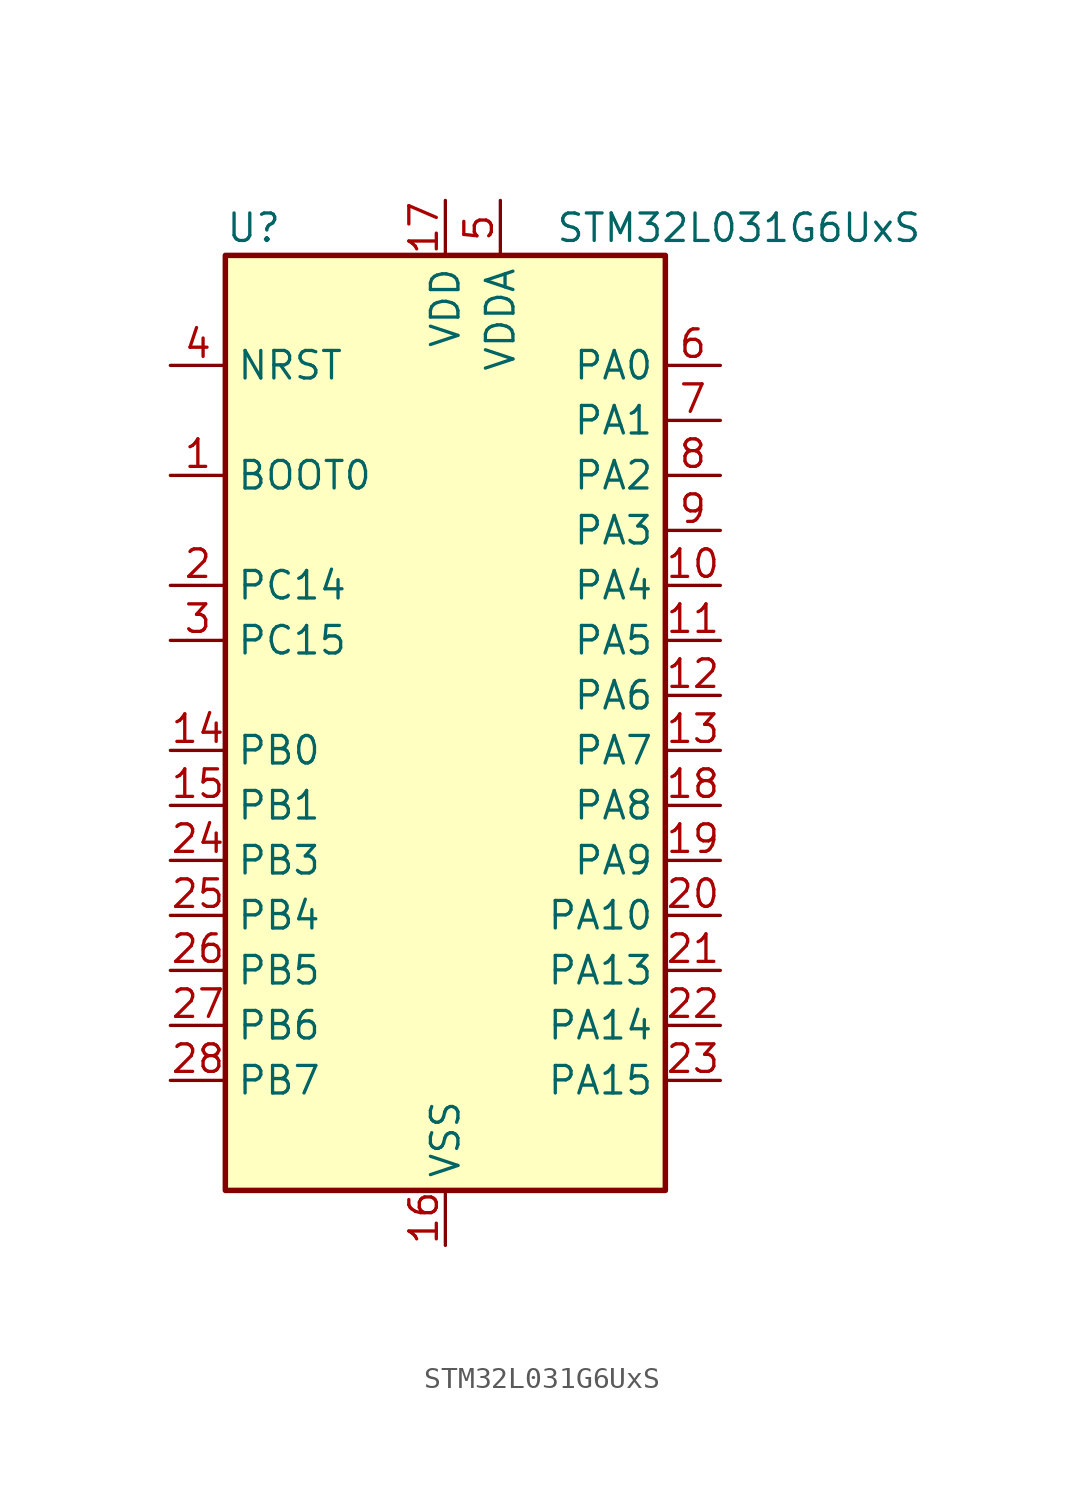
<source format=kicad_sym>
(kicad_symbol_lib
  (version 20241209)
  (generator "kicad_symbol_editor")
  (generator_version "9.0")
  (symbol "STM32L031G6UxS"
    (property "Reference" "U"
      (at -10.16 24.13 0)
      (effects (font (size 1.27 1.27)) (justify left)))
    (property "Value" "STM32L031G6UxS"
      (at 5.08 24.13 0)
      (effects (font (size 1.27 1.27)) (justify left)))
    (symbol "STM32L031G6UxS_0_1"
      (rectangle (start -10.16 -20.32) (end 10.16 22.86) (stroke (width 0.254) (type default)) (fill (type background))))
    (symbol "STM32L031G6UxS_1_1"
      (pin input line (at -12.7 17.78 0) (length 2.54) (name "NRST" (effects (font (size 1.27 1.27)))) (number "4" (effects (font (size 1.27 1.27)))))
      (pin input line (at -12.7 12.7 0) (length 2.54) (name "BOOT0" (effects (font (size 1.27 1.27)))) (number "1" (effects (font (size 1.27 1.27)))))
      (pin bidirectional line (at -12.7 7.62 0) (length 2.54) (name "PC14" (effects (font (size 1.27 1.27)))) (number "2" (effects (font (size 1.27 1.27)))) (alternate "RCC_OSC32_IN" bidirectional line))
      (pin bidirectional line (at -12.7 5.08 0) (length 2.54) (name "PC15" (effects (font (size 1.27 1.27)))) (number "3" (effects (font (size 1.27 1.27)))) (alternate "RCC_OSC32_OUT" bidirectional line))
      (pin bidirectional line (at -12.7 0 0) (length 2.54) (name "PB0" (effects (font (size 1.27 1.27)))) (number "14" (effects (font (size 1.27 1.27)))) (alternate "ADC_IN8" bidirectional line) (alternate "SPI1_MISO" bidirectional line) (alternate "SYS_VREF_OUT_PB0" bidirectional line) (alternate "TIM2_CH3" bidirectional line) (alternate "USART2_DE" bidirectional line) (alternate "USART2_RTS" bidirectional line))
      (pin bidirectional line (at -12.7 -2.54 0) (length 2.54) (name "PB1" (effects (font (size 1.27 1.27)))) (number "15" (effects (font (size 1.27 1.27)))) (alternate "ADC_IN9" bidirectional line) (alternate "LPUART1_DE" bidirectional line) (alternate "LPUART1_RTS" bidirectional line) (alternate "SPI1_MOSI" bidirectional line) (alternate "SYS_VREF_OUT_PB1" bidirectional line) (alternate "TIM2_CH4" bidirectional line) (alternate "USART2_CK" bidirectional line))
      (pin bidirectional line (at -12.7 -5.08 0) (length 2.54) (name "PB3" (effects (font (size 1.27 1.27)))) (number "24" (effects (font (size 1.27 1.27)))) (alternate "COMP2_INM" bidirectional line) (alternate "SPI1_SCK" bidirectional line) (alternate "TIM2_CH2" bidirectional line))
      (pin bidirectional line (at -12.7 -7.62 0) (length 2.54) (name "PB4" (effects (font (size 1.27 1.27)))) (number "25" (effects (font (size 1.27 1.27)))) (alternate "COMP2_INP" bidirectional line) (alternate "SPI1_MISO" bidirectional line) (alternate "TIM22_CH1" bidirectional line))
      (pin bidirectional line (at -12.7 -10.16 0) (length 2.54) (name "PB5" (effects (font (size 1.27 1.27)))) (number "26" (effects (font (size 1.27 1.27)))) (alternate "COMP2_INP" bidirectional line) (alternate "I2C1_SMBA" bidirectional line) (alternate "LPTIM1_IN1" bidirectional line) (alternate "SPI1_MOSI" bidirectional line) (alternate "TIM22_CH2" bidirectional line))
      (pin bidirectional line (at -12.7 -12.7 0) (length 2.54) (name "PB6" (effects (font (size 1.27 1.27)))) (number "27" (effects (font (size 1.27 1.27)))) (alternate "COMP2_INP" bidirectional line) (alternate "I2C1_SCL" bidirectional line) (alternate "LPTIM1_ETR" bidirectional line) (alternate "TIM21_CH1" bidirectional line) (alternate "USART2_TX" bidirectional line))
      (pin bidirectional line (at -12.7 -15.24 0) (length 2.54) (name "PB7" (effects (font (size 1.27 1.27)))) (number "28" (effects (font (size 1.27 1.27)))) (alternate "COMP2_INP" bidirectional line) (alternate "I2C1_SDA" bidirectional line) (alternate "LPTIM1_IN2" bidirectional line) (alternate "SYS_PVD_IN" bidirectional line) (alternate "USART2_RX" bidirectional line))
      (pin power_in line (at 0 25.4 270) (length 2.54) (name "VDD" (effects (font (size 1.27 1.27)))) (number "17" (effects (font (size 1.27 1.27)))))
      (pin power_in line (at 0 -22.86 90) (length 2.54) (name "VSS" (effects (font (size 1.27 1.27)))) (number "16" (effects (font (size 1.27 1.27)))))
      (pin power_in line (at 2.54 25.4 270) (length 2.54) (name "VDDA" (effects (font (size 1.27 1.27)))) (number "5" (effects (font (size 1.27 1.27)))))
      (pin bidirectional line (at 12.7 17.78 180) (length 2.54) (name "PA0" (effects (font (size 1.27 1.27)))) (number "6" (effects (font (size 1.27 1.27)))) (alternate "ADC_IN0" bidirectional line) (alternate "COMP1_INM" bidirectional line) (alternate "COMP1_OUT" bidirectional line) (alternate "LPTIM1_IN1" bidirectional line) (alternate "RCC_CK_IN" bidirectional line) (alternate "RTC_TAMP2" bidirectional line) (alternate "SYS_WKUP1" bidirectional line) (alternate "TIM2_CH1" bidirectional line) (alternate "TIM2_ETR" bidirectional line) (alternate "USART2_CTS" bidirectional line))
      (pin bidirectional line (at 12.7 15.24 180) (length 2.54) (name "PA1" (effects (font (size 1.27 1.27)))) (number "7" (effects (font (size 1.27 1.27)))) (alternate "ADC_IN1" bidirectional line) (alternate "COMP1_INP" bidirectional line) (alternate "I2C1_SMBA" bidirectional line) (alternate "LPTIM1_IN2" bidirectional line) (alternate "TIM21_ETR" bidirectional line) (alternate "TIM2_CH2" bidirectional line) (alternate "USART2_DE" bidirectional line) (alternate "USART2_RTS" bidirectional line))
      (pin bidirectional line (at 12.7 12.7 180) (length 2.54) (name "PA2" (effects (font (size 1.27 1.27)))) (number "8" (effects (font (size 1.27 1.27)))) (alternate "ADC_IN2" bidirectional line) (alternate "COMP2_INM" bidirectional line) (alternate "COMP2_OUT" bidirectional line) (alternate "LPUART1_TX" bidirectional line) (alternate "RTC_OUT_ALARM" bidirectional line) (alternate "RTC_OUT_CALIB" bidirectional line) (alternate "RTC_TAMP3" bidirectional line) (alternate "RTC_TS" bidirectional line) (alternate "SYS_WKUP3" bidirectional line) (alternate "TIM21_CH1" bidirectional line) (alternate "TIM2_CH3" bidirectional line) (alternate "USART2_TX" bidirectional line))
      (pin bidirectional line (at 12.7 10.16 180) (length 2.54) (name "PA3" (effects (font (size 1.27 1.27)))) (number "9" (effects (font (size 1.27 1.27)))) (alternate "ADC_IN3" bidirectional line) (alternate "COMP2_INP" bidirectional line) (alternate "LPUART1_RX" bidirectional line) (alternate "TIM21_CH2" bidirectional line) (alternate "TIM2_CH4" bidirectional line) (alternate "USART2_RX" bidirectional line))
      (pin bidirectional line (at 12.7 7.62 180) (length 2.54) (name "PA4" (effects (font (size 1.27 1.27)))) (number "10" (effects (font (size 1.27 1.27)))) (alternate "ADC_IN4" bidirectional line) (alternate "COMP1_INM" bidirectional line) (alternate "COMP2_INM" bidirectional line) (alternate "LPTIM1_IN1" bidirectional line) (alternate "SPI1_NSS" bidirectional line) (alternate "TIM22_ETR" bidirectional line) (alternate "USART2_CK" bidirectional line))
      (pin bidirectional line (at 12.7 5.08 180) (length 2.54) (name "PA5" (effects (font (size 1.27 1.27)))) (number "11" (effects (font (size 1.27 1.27)))) (alternate "ADC_IN5" bidirectional line) (alternate "COMP1_INM" bidirectional line) (alternate "COMP2_INM" bidirectional line) (alternate "LPTIM1_IN2" bidirectional line) (alternate "SPI1_SCK" bidirectional line) (alternate "TIM2_CH1" bidirectional line) (alternate "TIM2_ETR" bidirectional line))
      (pin bidirectional line (at 12.7 2.54 180) (length 2.54) (name "PA6" (effects (font (size 1.27 1.27)))) (number "12" (effects (font (size 1.27 1.27)))) (alternate "ADC_IN6" bidirectional line) (alternate "COMP1_OUT" bidirectional line) (alternate "LPTIM1_ETR" bidirectional line) (alternate "LPUART1_CTS" bidirectional line) (alternate "SPI1_MISO" bidirectional line) (alternate "TIM22_CH1" bidirectional line))
      (pin bidirectional line (at 12.7 0 180) (length 2.54) (name "PA7" (effects (font (size 1.27 1.27)))) (number "13" (effects (font (size 1.27 1.27)))) (alternate "ADC_IN7" bidirectional line) (alternate "COMP2_OUT" bidirectional line) (alternate "LPTIM1_OUT" bidirectional line) (alternate "SPI1_MOSI" bidirectional line) (alternate "TIM22_CH2" bidirectional line) (alternate "USART2_CTS" bidirectional line))
      (pin bidirectional line (at 12.7 -2.54 180) (length 2.54) (name "PA8" (effects (font (size 1.27 1.27)))) (number "18" (effects (font (size 1.27 1.27)))) (alternate "LPTIM1_IN1" bidirectional line) (alternate "RCC_MCO" bidirectional line) (alternate "TIM2_CH1" bidirectional line) (alternate "USART2_CK" bidirectional line))
      (pin bidirectional line (at 12.7 -5.08 180) (length 2.54) (name "PA9" (effects (font (size 1.27 1.27)))) (number "19" (effects (font (size 1.27 1.27)))) (alternate "I2C1_SCL" bidirectional line) (alternate "RCC_MCO" bidirectional line) (alternate "TIM22_CH1" bidirectional line) (alternate "USART2_TX" bidirectional line))
      (pin bidirectional line (at 12.7 -7.62 180) (length 2.54) (name "PA10" (effects (font (size 1.27 1.27)))) (number "20" (effects (font (size 1.27 1.27)))) (alternate "I2C1_SDA" bidirectional line) (alternate "TIM22_CH2" bidirectional line) (alternate "USART2_RX" bidirectional line))
      (pin bidirectional line (at 12.7 -10.16 180) (length 2.54) (name "PA13" (effects (font (size 1.27 1.27)))) (number "21" (effects (font (size 1.27 1.27)))) (alternate "LPTIM1_ETR" bidirectional line) (alternate "LPUART1_RX" bidirectional line) (alternate "SYS_SWDIO" bidirectional line))
      (pin bidirectional line (at 12.7 -12.7 180) (length 2.54) (name "PA14" (effects (font (size 1.27 1.27)))) (number "22" (effects (font (size 1.27 1.27)))) (alternate "I2C1_SMBA" bidirectional line) (alternate "LPTIM1_OUT" bidirectional line) (alternate "LPUART1_TX" bidirectional line) (alternate "SYS_SWCLK" bidirectional line) (alternate "USART2_TX" bidirectional line))
      (pin bidirectional line (at 12.7 -15.24 180) (length 2.54) (name "PA15" (effects (font (size 1.27 1.27)))) (number "23" (effects (font (size 1.27 1.27)))) (alternate "SPI1_NSS" bidirectional line) (alternate "TIM2_CH1" bidirectional line) (alternate "TIM2_ETR" bidirectional line) (alternate "USART2_RX" bidirectional line)))))
</source>
